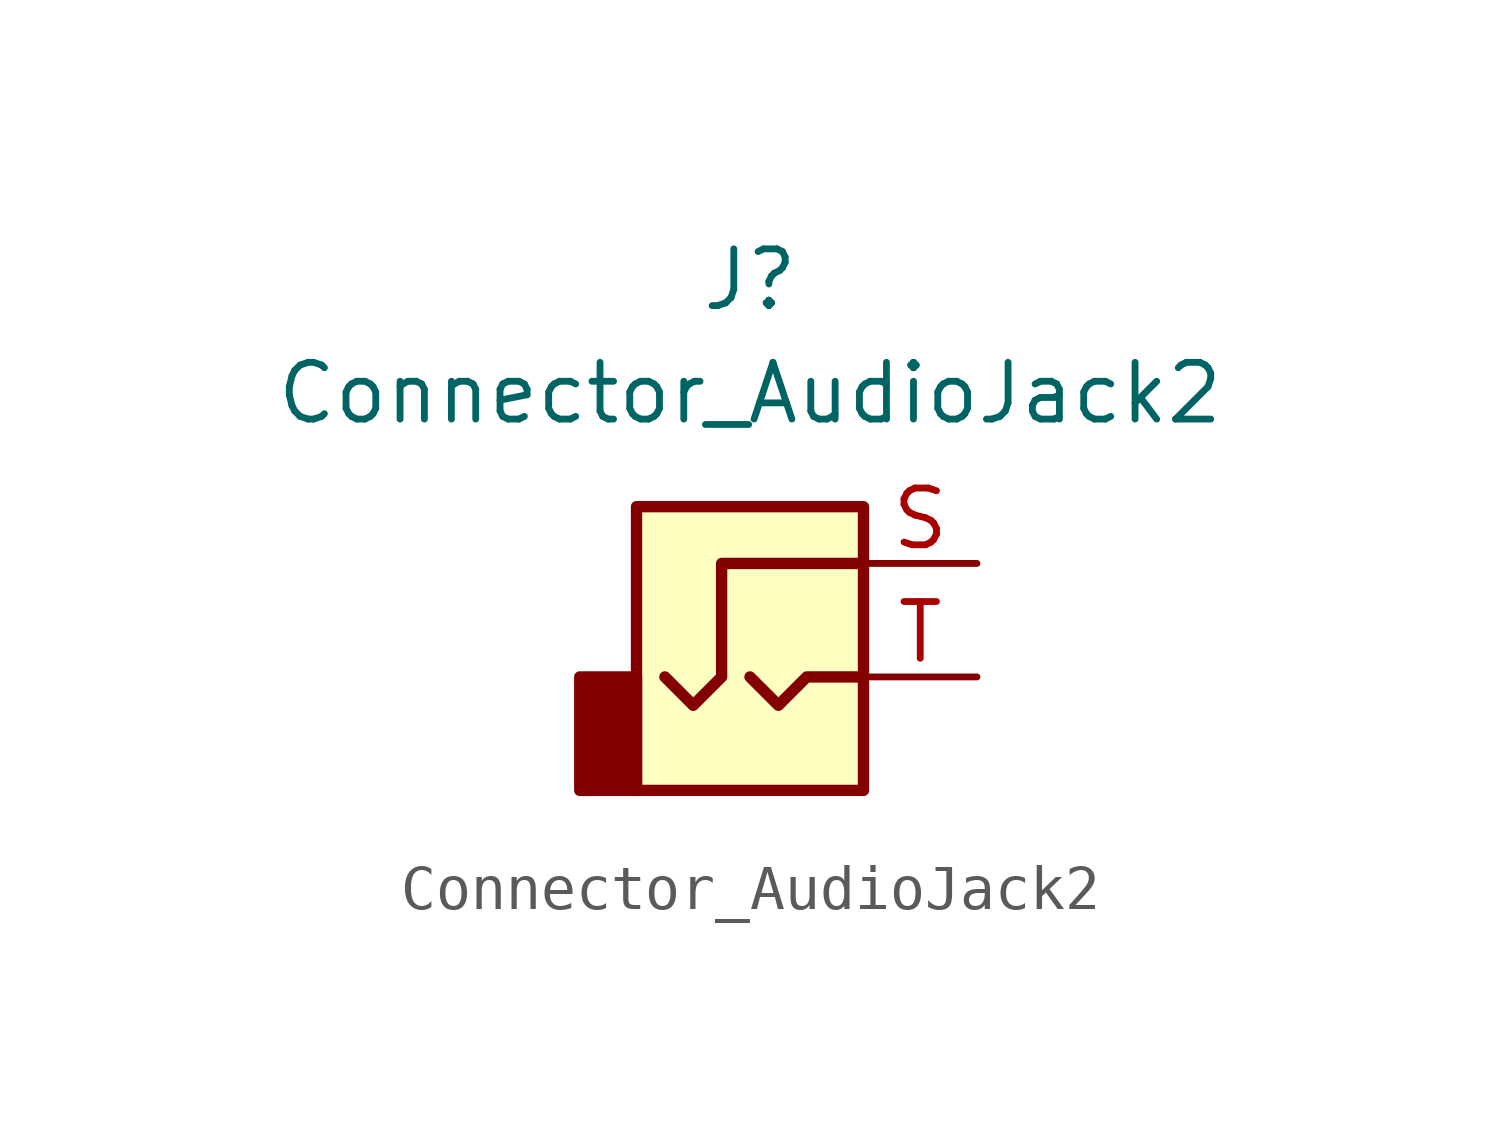
<source format=kicad_sym>
(kicad_symbol_lib
  (version 20220914)
  (generator kicad_symbol_editor)
  (symbol "Connector_AudioJack2"
    (property "Reference" "J"
      (at 0 8.89 0)
      (effects (font (size 1.27 1.27))))
    (property "Value" "Connector_AudioJack2"
      (at 0 6.35 0)
      (effects (font (size 1.27 1.27))))
    (symbol "Connector_AudioJack2_0_1"
      (rectangle (start -3.81 0) (end -2.54 -2.54) (stroke (width 0.254) (type solid)) (fill (type outline)))
      (rectangle (start -2.54 3.81) (end 2.54 -2.54) (stroke (width 0.254) (type solid)) (fill (type background)))
      (polyline (pts (xy 0 0) (xy 0.635 -0.635) (xy 1.27 0) (xy 2.54 0)) (stroke (width 0.254) (type solid)) (fill (type none)))
      (polyline (pts (xy 2.54 2.54) (xy -0.635 2.54) (xy -0.635 0) (xy -1.27 -0.635) (xy -1.905 0)) (stroke (width 0.254) (type solid)) (fill (type none))))
    (symbol "Connector_AudioJack2_1_1"
      (pin passive line (at 5.08 2.54 180) (length 2.54) (name "~" (effects (font (size 1.27 1.27)))) (number "S" (effects (font (size 1.27 1.27)))))
      (pin passive line (at 5.08 0 180) (length 2.54) (name "~" (effects (font (size 1.27 1.27)))) (number "T" (effects (font (size 1.27 1.27))))))))
</source>
